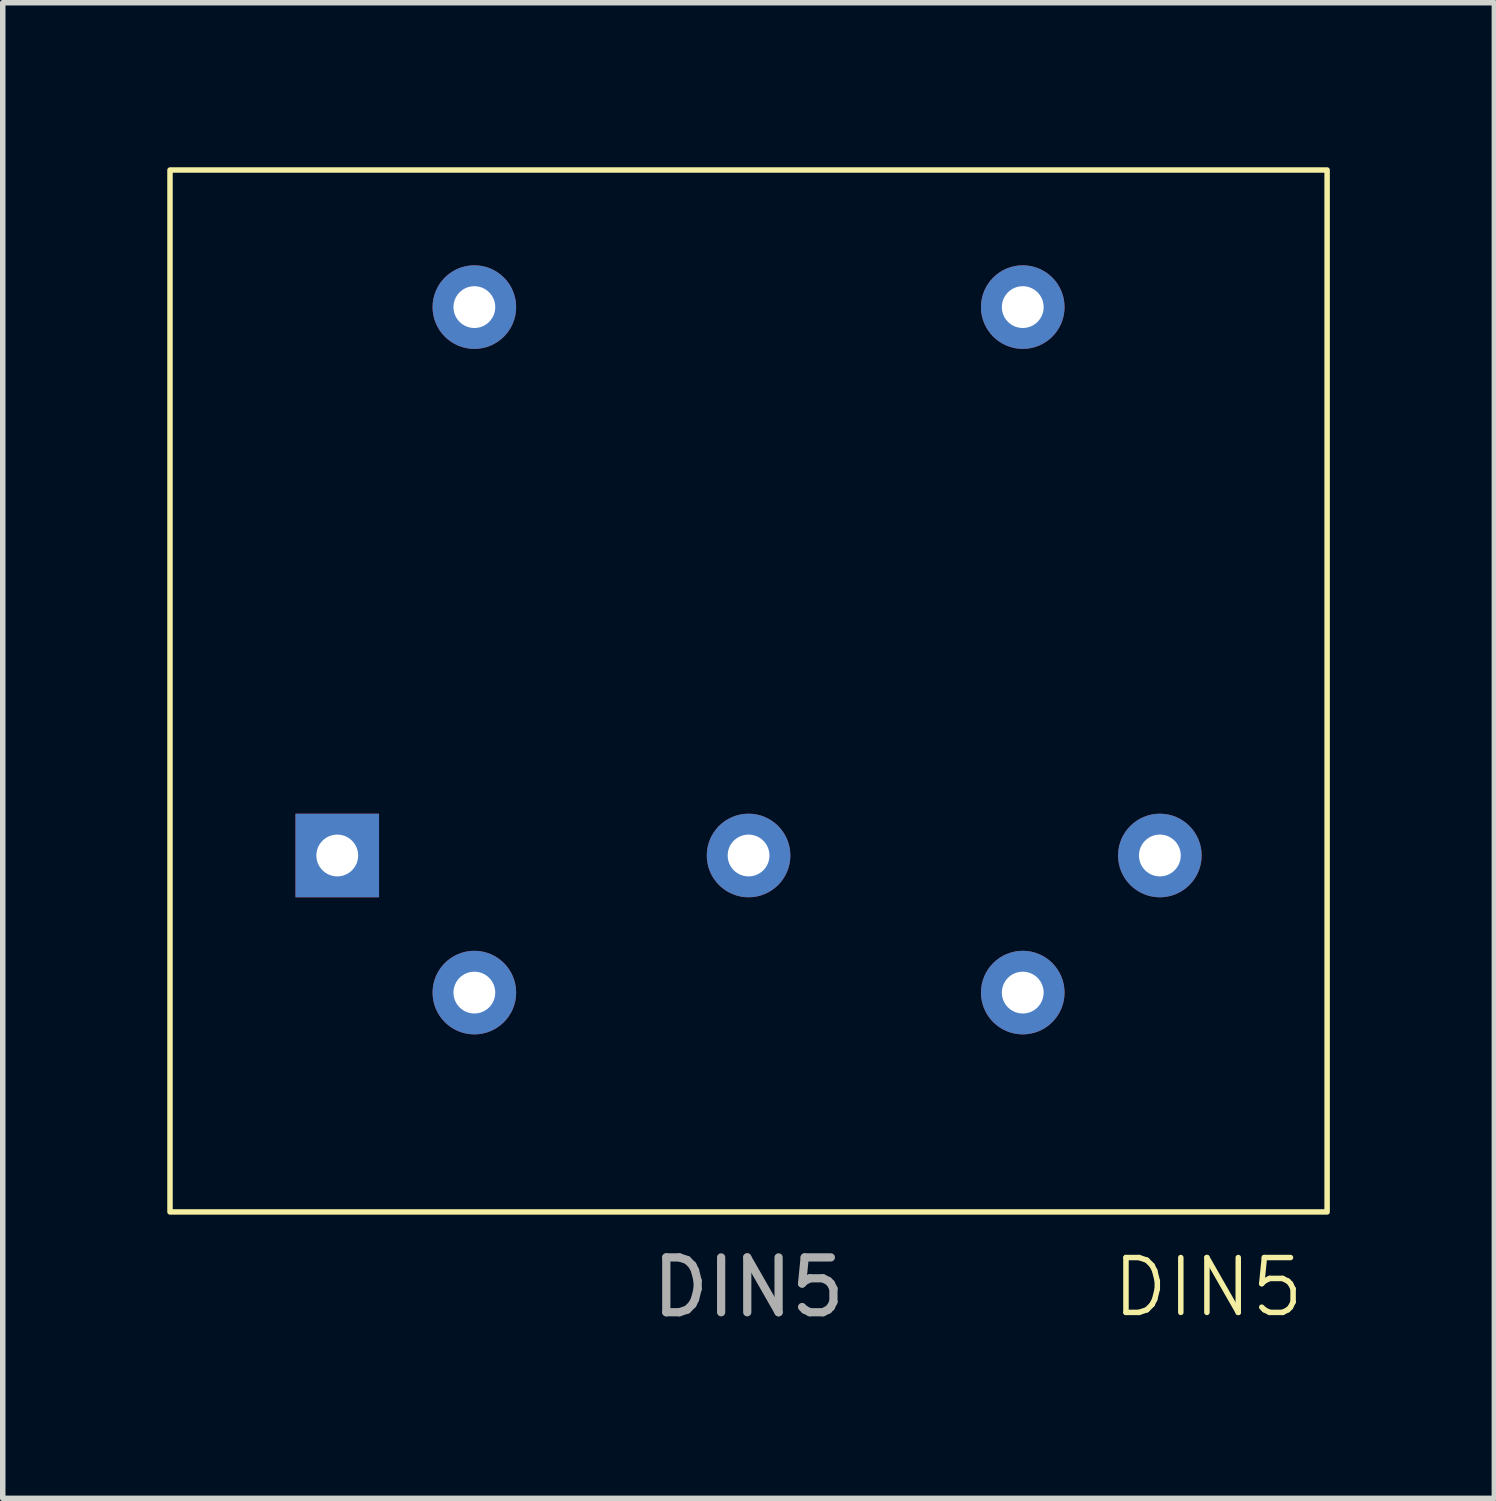
<source format=kicad_pcb>
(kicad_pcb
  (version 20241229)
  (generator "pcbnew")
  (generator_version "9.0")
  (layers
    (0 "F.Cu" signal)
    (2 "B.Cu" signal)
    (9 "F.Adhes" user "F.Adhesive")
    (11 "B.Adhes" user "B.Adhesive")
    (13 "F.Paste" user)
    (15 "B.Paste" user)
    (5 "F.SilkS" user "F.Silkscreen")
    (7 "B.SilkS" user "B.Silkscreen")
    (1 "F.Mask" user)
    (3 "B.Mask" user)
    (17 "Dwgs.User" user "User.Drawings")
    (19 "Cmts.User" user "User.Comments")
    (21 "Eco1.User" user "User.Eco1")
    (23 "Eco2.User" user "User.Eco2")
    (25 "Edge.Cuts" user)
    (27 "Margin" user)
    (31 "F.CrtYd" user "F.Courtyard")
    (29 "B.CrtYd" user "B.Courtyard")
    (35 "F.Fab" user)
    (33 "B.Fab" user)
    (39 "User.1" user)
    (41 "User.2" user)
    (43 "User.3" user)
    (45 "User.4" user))
  (footprint "DIN5"
    (layer "F.Cu")
    (at 10.6 12.55)
    (property "Reference" "DIN5" (at 8.382 7.874 0) (unlocked yes) (layer "F.SilkS") (effects (font (size 1 1) (thickness 0.1))))
    (attr through_hole)
    (fp_rect (start -10.55 -12.5) (end 10.55 6.5) (stroke (width 0.1) (type default)) (fill no) (layer "F.SilkS"))
    (fp_text user "${REFERENCE}" (at 0 7.874 0) (unlocked yes) (layer "F.Fab") (effects (font (size 1 1) (thickness 0.15))))
    (pad "" thru_hole circle (at -5 -10) (size 1.524 1.524) (drill 0.762) (layers "*.Cu" "*.Mask"))
    (pad "" thru_hole circle (at 5 -10) (size 1.524 1.524) (drill 0.762) (layers "*.Cu" "*.Mask"))
    (pad "1" thru_hole rect (at -7.5 0) (size 1.524 1.524) (drill 0.762) (layers "*.Cu" "*.Mask"))
    (pad "2" thru_hole circle (at 0 0) (size 1.524 1.524) (drill 0.762) (layers "*.Cu" "*.Mask"))
    (pad "3" thru_hole circle (at 7.5 0) (size 1.524 1.524) (drill 0.762) (layers "*.Cu" "*.Mask"))
    (pad "4" thru_hole circle (at -5 2.5) (size 1.524 1.524) (drill 0.762) (layers "*.Cu" "*.Mask"))
    (pad "5" thru_hole circle (at 5 2.5) (size 1.524 1.524) (drill 0.762) (layers "*.Cu" "*.Mask")))
  (gr_rect
    (start -3 -3)
    (end 24.2 24.272)
    (stroke (width 0.1) (type default))
    (fill no)
    (layer "Edge.Cuts")))
</source>
